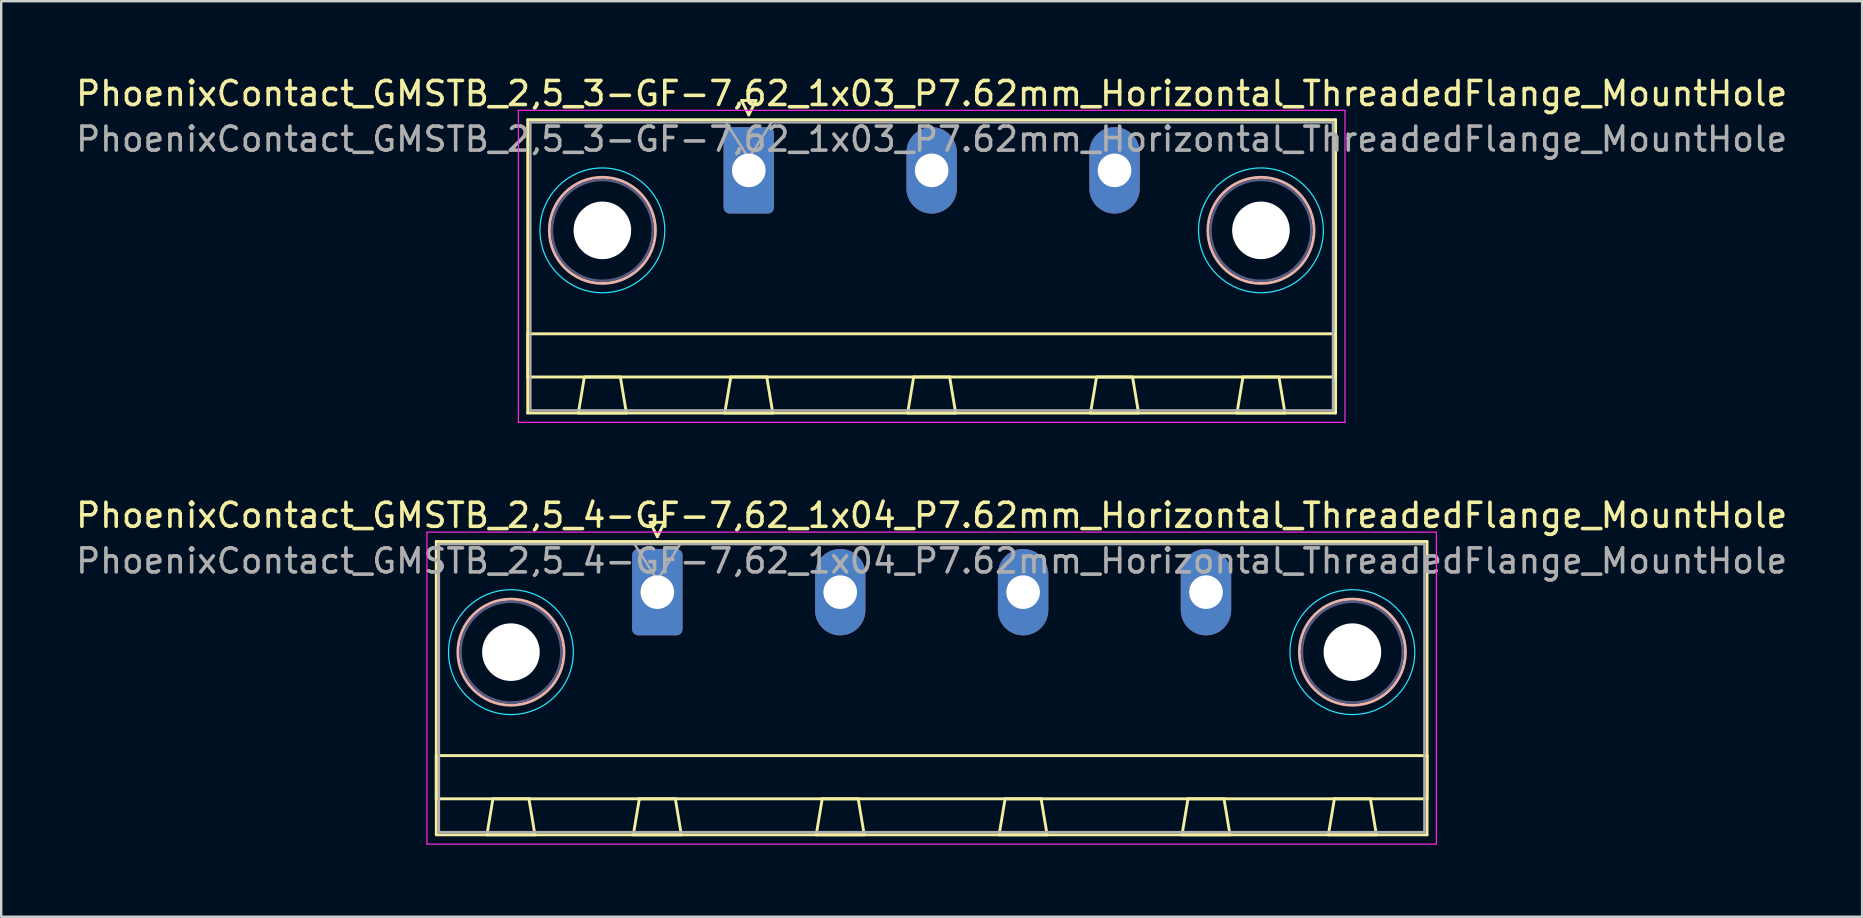
<source format=kicad_pcb>
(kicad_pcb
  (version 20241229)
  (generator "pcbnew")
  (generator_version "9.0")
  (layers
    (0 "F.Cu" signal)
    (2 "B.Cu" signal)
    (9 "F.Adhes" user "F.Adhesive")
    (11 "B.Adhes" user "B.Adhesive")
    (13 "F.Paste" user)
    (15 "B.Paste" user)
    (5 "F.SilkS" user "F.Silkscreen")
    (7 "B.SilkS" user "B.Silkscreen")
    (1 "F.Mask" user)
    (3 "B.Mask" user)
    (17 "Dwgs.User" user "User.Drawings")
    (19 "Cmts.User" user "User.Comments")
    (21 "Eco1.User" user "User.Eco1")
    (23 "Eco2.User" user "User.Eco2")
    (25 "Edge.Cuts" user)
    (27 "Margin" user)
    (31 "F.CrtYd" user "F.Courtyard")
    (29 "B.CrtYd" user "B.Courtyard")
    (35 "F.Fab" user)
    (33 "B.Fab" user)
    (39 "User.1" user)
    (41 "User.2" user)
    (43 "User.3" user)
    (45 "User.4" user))
  (footprint "PhoenixContact_GMSTB_2,5_4-GF-7,62_1x04_P7.62mm_Horizontal_ThreadedFlange_MountHole"
    (layer "F.Cu")
    (at 24.338 21.622)
    (property "Reference" "PhoenixContact_GMSTB_2,5_4-GF-7,62_1x04_P7.62mm_Horizontal_ThreadedFlange_MountHole" (at 11.43 -3.2 0) (layer "F.SilkS") (effects (font (size 1 1) (thickness 0.15))))
    (attr through_hole)
    (fp_line (start -9.21 -2.11) (end -9.21 10.11) (stroke (width 0.12) (type solid)) (layer "F.SilkS"))
    (fp_line (start -9.21 6.81) (end 32.07 6.81) (stroke (width 0.12) (type solid)) (layer "F.SilkS"))
    (fp_line (start -9.21 8.61) (end -9.21 6.81) (stroke (width 0.12) (type solid)) (layer "F.SilkS"))
    (fp_line (start -9.21 10.11) (end 32.07 10.11) (stroke (width 0.12) (type solid)) (layer "F.SilkS"))
    (fp_line (start -7.1 10.11) (end -5.1 10.11) (stroke (width 0.12) (type solid)) (layer "F.SilkS"))
    (fp_line (start -6.85 8.61) (end -7.1 10.11) (stroke (width 0.12) (type solid)) (layer "F.SilkS"))
    (fp_line (start -5.35 8.61) (end -6.85 8.61) (stroke (width 0.12) (type solid)) (layer "F.SilkS"))
    (fp_line (start -5.1 10.11) (end -5.35 8.61) (stroke (width 0.12) (type solid)) (layer "F.SilkS"))
    (fp_line (start -1 10.11) (end 1 10.11) (stroke (width 0.12) (type solid)) (layer "F.SilkS"))
    (fp_line (start -0.75 8.61) (end -1 10.11) (stroke (width 0.12) (type solid)) (layer "F.SilkS"))
    (fp_line (start -0.3 -2.91) (end 0.3 -2.91) (stroke (width 0.12) (type solid)) (layer "F.SilkS"))
    (fp_line (start 0 -2.31) (end -0.3 -2.91) (stroke (width 0.12) (type solid)) (layer "F.SilkS"))
    (fp_line (start 0.3 -2.91) (end 0 -2.31) (stroke (width 0.12) (type solid)) (layer "F.SilkS"))
    (fp_line (start 0.75 8.61) (end -0.75 8.61) (stroke (width 0.12) (type solid)) (layer "F.SilkS"))
    (fp_line (start 1 10.11) (end 0.75 8.61) (stroke (width 0.12) (type solid)) (layer "F.SilkS"))
    (fp_line (start 6.62 10.11) (end 8.62 10.11) (stroke (width 0.12) (type solid)) (layer "F.SilkS"))
    (fp_line (start 6.87 8.61) (end 6.62 10.11) (stroke (width 0.12) (type solid)) (layer "F.SilkS"))
    (fp_line (start 8.37 8.61) (end 6.87 8.61) (stroke (width 0.12) (type solid)) (layer "F.SilkS"))
    (fp_line (start 8.62 10.11) (end 8.37 8.61) (stroke (width 0.12) (type solid)) (layer "F.SilkS"))
    (fp_line (start 14.24 10.11) (end 16.24 10.11) (stroke (width 0.12) (type solid)) (layer "F.SilkS"))
    (fp_line (start 14.49 8.61) (end 14.24 10.11) (stroke (width 0.12) (type solid)) (layer "F.SilkS"))
    (fp_line (start 15.99 8.61) (end 14.49 8.61) (stroke (width 0.12) (type solid)) (layer "F.SilkS"))
    (fp_line (start 16.24 10.11) (end 15.99 8.61) (stroke (width 0.12) (type solid)) (layer "F.SilkS"))
    (fp_line (start 21.86 10.11) (end 23.86 10.11) (stroke (width 0.12) (type solid)) (layer "F.SilkS"))
    (fp_line (start 22.11 8.61) (end 21.86 10.11) (stroke (width 0.12) (type solid)) (layer "F.SilkS"))
    (fp_line (start 23.61 8.61) (end 22.11 8.61) (stroke (width 0.12) (type solid)) (layer "F.SilkS"))
    (fp_line (start 23.86 10.11) (end 23.61 8.61) (stroke (width 0.12) (type solid)) (layer "F.SilkS"))
    (fp_line (start 27.96 10.11) (end 29.96 10.11) (stroke (width 0.12) (type solid)) (layer "F.SilkS"))
    (fp_line (start 28.21 8.61) (end 27.96 10.11) (stroke (width 0.12) (type solid)) (layer "F.SilkS"))
    (fp_line (start 29.71 8.61) (end 28.21 8.61) (stroke (width 0.12) (type solid)) (layer "F.SilkS"))
    (fp_line (start 29.96 10.11) (end 29.71 8.61) (stroke (width 0.12) (type solid)) (layer "F.SilkS"))
    (fp_line (start 32.07 -2.11) (end -9.21 -2.11) (stroke (width 0.12) (type solid)) (layer "F.SilkS"))
    (fp_line (start 32.07 6.81) (end 32.07 8.61) (stroke (width 0.12) (type solid)) (layer "F.SilkS"))
    (fp_line (start 32.07 8.61) (end -9.21 8.61) (stroke (width 0.12) (type solid)) (layer "F.SilkS"))
    (fp_line (start 32.07 10.11) (end 32.07 -2.11) (stroke (width 0.12) (type solid)) (layer "F.SilkS"))
    (fp_circle (center -6.1 2.5) (end -3.89 2.5) (stroke (width 0.12) (type solid)) (fill no) (layer "B.SilkS"))
    (fp_circle (center 28.96 2.5) (end 31.17 2.5) (stroke (width 0.12) (type solid)) (fill no) (layer "B.SilkS"))
    (fp_circle (center -6.1 2.5) (end -3.5 2.5) (stroke (width 0.05) (type solid)) (fill no) (layer "B.CrtYd"))
    (fp_circle (center 28.96 2.5) (end 31.56 2.5) (stroke (width 0.05) (type solid)) (fill no) (layer "B.CrtYd"))
    (fp_line (start -9.6 -2.5) (end -9.6 10.5) (stroke (width 0.05) (type solid)) (layer "F.CrtYd"))
    (fp_line (start -9.6 10.5) (end 32.46 10.5) (stroke (width 0.05) (type solid)) (layer "F.CrtYd"))
    (fp_line (start 32.46 -2.5) (end -9.6 -2.5) (stroke (width 0.05) (type solid)) (layer "F.CrtYd"))
    (fp_line (start 32.46 10.5) (end 32.46 -2.5) (stroke (width 0.05) (type solid)) (layer "F.CrtYd"))
    (fp_circle (center -6.1 2.5) (end -4 2.5) (stroke (width 0.1) (type solid)) (fill no) (layer "B.Fab"))
    (fp_circle (center 28.96 2.5) (end 31.06 2.5) (stroke (width 0.1) (type solid)) (fill no) (layer "B.Fab"))
    (fp_line (start -9.1 -2) (end -9.1 10) (stroke (width 0.1) (type solid)) (layer "F.Fab"))
    (fp_line (start -9.1 10) (end 31.96 10) (stroke (width 0.1) (type solid)) (layer "F.Fab"))
    (fp_line (start 0 -0.5) (end -0.95 -2) (stroke (width 0.1) (type solid)) (layer "F.Fab"))
    (fp_line (start 0.95 -2) (end 0 -0.5) (stroke (width 0.1) (type solid)) (layer "F.Fab"))
    (fp_line (start 31.96 -2) (end -9.1 -2) (stroke (width 0.1) (type solid)) (layer "F.Fab"))
    (fp_line (start 31.96 10) (end 31.96 -2) (stroke (width 0.1) (type solid)) (layer "F.Fab"))
    (fp_text user "${REFERENCE}" (at 11.43 -1.3 0) (layer "F.Fab") (effects (font (size 1 1) (thickness 0.15))))
    (pad "" np_thru_hole circle (at -6.1 2.5) (size 2.4 2.4) (drill 2.4) (layers "*.Cu" "*.Mask"))
    (pad "" np_thru_hole circle (at 28.96 2.5) (size 2.4 2.4) (drill 2.4) (layers "*.Cu" "*.Mask"))
    (pad "1" thru_hole roundrect (at 0 0) (size 2.1 3.6) (drill 1.4) (layers "*.Cu" "*.Mask") (roundrect_rratio 0.119))
    (pad "2" thru_hole oval (at 7.62 0) (size 2.1 3.6) (drill 1.4) (layers "*.Cu" "*.Mask"))
    (pad "3" thru_hole oval (at 15.24 0) (size 2.1 3.6) (drill 1.4) (layers "*.Cu" "*.Mask"))
    (pad "4" thru_hole oval (at 22.86 0) (size 2.1 3.6) (drill 1.4) (layers "*.Cu" "*.Mask")))
  (footprint "PhoenixContact_GMSTB_2,5_3-GF-7,62_1x03_P7.62mm_Horizontal_ThreadedFlange_MountHole"
    (layer "F.Cu")
    (at 28.148 4.048)
    (property "Reference" "PhoenixContact_GMSTB_2,5_3-GF-7,62_1x03_P7.62mm_Horizontal_ThreadedFlange_MountHole" (at 7.62 -3.2 0) (layer "F.SilkS") (effects (font (size 1 1) (thickness 0.15))))
    (attr through_hole)
    (fp_line (start -9.21 -2.11) (end -9.21 10.11) (stroke (width 0.12) (type solid)) (layer "F.SilkS"))
    (fp_line (start -9.21 6.81) (end 24.45 6.81) (stroke (width 0.12) (type solid)) (layer "F.SilkS"))
    (fp_line (start -9.21 8.61) (end -9.21 6.81) (stroke (width 0.12) (type solid)) (layer "F.SilkS"))
    (fp_line (start -9.21 10.11) (end 24.45 10.11) (stroke (width 0.12) (type solid)) (layer "F.SilkS"))
    (fp_line (start -7.1 10.11) (end -5.1 10.11) (stroke (width 0.12) (type solid)) (layer "F.SilkS"))
    (fp_line (start -6.85 8.61) (end -7.1 10.11) (stroke (width 0.12) (type solid)) (layer "F.SilkS"))
    (fp_line (start -5.35 8.61) (end -6.85 8.61) (stroke (width 0.12) (type solid)) (layer "F.SilkS"))
    (fp_line (start -5.1 10.11) (end -5.35 8.61) (stroke (width 0.12) (type solid)) (layer "F.SilkS"))
    (fp_line (start -1 10.11) (end 1 10.11) (stroke (width 0.12) (type solid)) (layer "F.SilkS"))
    (fp_line (start -0.75 8.61) (end -1 10.11) (stroke (width 0.12) (type solid)) (layer "F.SilkS"))
    (fp_line (start -0.3 -2.91) (end 0.3 -2.91) (stroke (width 0.12) (type solid)) (layer "F.SilkS"))
    (fp_line (start 0 -2.31) (end -0.3 -2.91) (stroke (width 0.12) (type solid)) (layer "F.SilkS"))
    (fp_line (start 0.3 -2.91) (end 0 -2.31) (stroke (width 0.12) (type solid)) (layer "F.SilkS"))
    (fp_line (start 0.75 8.61) (end -0.75 8.61) (stroke (width 0.12) (type solid)) (layer "F.SilkS"))
    (fp_line (start 1 10.11) (end 0.75 8.61) (stroke (width 0.12) (type solid)) (layer "F.SilkS"))
    (fp_line (start 6.62 10.11) (end 8.62 10.11) (stroke (width 0.12) (type solid)) (layer "F.SilkS"))
    (fp_line (start 6.87 8.61) (end 6.62 10.11) (stroke (width 0.12) (type solid)) (layer "F.SilkS"))
    (fp_line (start 8.37 8.61) (end 6.87 8.61) (stroke (width 0.12) (type solid)) (layer "F.SilkS"))
    (fp_line (start 8.62 10.11) (end 8.37 8.61) (stroke (width 0.12) (type solid)) (layer "F.SilkS"))
    (fp_line (start 14.24 10.11) (end 16.24 10.11) (stroke (width 0.12) (type solid)) (layer "F.SilkS"))
    (fp_line (start 14.49 8.61) (end 14.24 10.11) (stroke (width 0.12) (type solid)) (layer "F.SilkS"))
    (fp_line (start 15.99 8.61) (end 14.49 8.61) (stroke (width 0.12) (type solid)) (layer "F.SilkS"))
    (fp_line (start 16.24 10.11) (end 15.99 8.61) (stroke (width 0.12) (type solid)) (layer "F.SilkS"))
    (fp_line (start 20.34 10.11) (end 22.34 10.11) (stroke (width 0.12) (type solid)) (layer "F.SilkS"))
    (fp_line (start 20.59 8.61) (end 20.34 10.11) (stroke (width 0.12) (type solid)) (layer "F.SilkS"))
    (fp_line (start 22.09 8.61) (end 20.59 8.61) (stroke (width 0.12) (type solid)) (layer "F.SilkS"))
    (fp_line (start 22.34 10.11) (end 22.09 8.61) (stroke (width 0.12) (type solid)) (layer "F.SilkS"))
    (fp_line (start 24.45 -2.11) (end -9.21 -2.11) (stroke (width 0.12) (type solid)) (layer "F.SilkS"))
    (fp_line (start 24.45 6.81) (end 24.45 8.61) (stroke (width 0.12) (type solid)) (layer "F.SilkS"))
    (fp_line (start 24.45 8.61) (end -9.21 8.61) (stroke (width 0.12) (type solid)) (layer "F.SilkS"))
    (fp_line (start 24.45 10.11) (end 24.45 -2.11) (stroke (width 0.12) (type solid)) (layer "F.SilkS"))
    (fp_circle (center -6.1 2.5) (end -3.89 2.5) (stroke (width 0.12) (type solid)) (fill no) (layer "B.SilkS"))
    (fp_circle (center 21.34 2.5) (end 23.55 2.5) (stroke (width 0.12) (type solid)) (fill no) (layer "B.SilkS"))
    (fp_circle (center -6.1 2.5) (end -3.5 2.5) (stroke (width 0.05) (type solid)) (fill no) (layer "B.CrtYd"))
    (fp_circle (center 21.34 2.5) (end 23.94 2.5) (stroke (width 0.05) (type solid)) (fill no) (layer "B.CrtYd"))
    (fp_line (start -9.6 -2.5) (end -9.6 10.5) (stroke (width 0.05) (type solid)) (layer "F.CrtYd"))
    (fp_line (start -9.6 10.5) (end 24.84 10.5) (stroke (width 0.05) (type solid)) (layer "F.CrtYd"))
    (fp_line (start 24.84 -2.5) (end -9.6 -2.5) (stroke (width 0.05) (type solid)) (layer "F.CrtYd"))
    (fp_line (start 24.84 10.5) (end 24.84 -2.5) (stroke (width 0.05) (type solid)) (layer "F.CrtYd"))
    (fp_circle (center -6.1 2.5) (end -4 2.5) (stroke (width 0.1) (type solid)) (fill no) (layer "B.Fab"))
    (fp_circle (center 21.34 2.5) (end 23.44 2.5) (stroke (width 0.1) (type solid)) (fill no) (layer "B.Fab"))
    (fp_line (start -9.1 -2) (end -9.1 10) (stroke (width 0.1) (type solid)) (layer "F.Fab"))
    (fp_line (start -9.1 10) (end 24.34 10) (stroke (width 0.1) (type solid)) (layer "F.Fab"))
    (fp_line (start 0 -0.5) (end -0.95 -2) (stroke (width 0.1) (type solid)) (layer "F.Fab"))
    (fp_line (start 0.95 -2) (end 0 -0.5) (stroke (width 0.1) (type solid)) (layer "F.Fab"))
    (fp_line (start 24.34 -2) (end -9.1 -2) (stroke (width 0.1) (type solid)) (layer "F.Fab"))
    (fp_line (start 24.34 10) (end 24.34 -2) (stroke (width 0.1) (type solid)) (layer "F.Fab"))
    (fp_text user "${REFERENCE}" (at 7.62 -1.3 0) (layer "F.Fab") (effects (font (size 1 1) (thickness 0.15))))
    (pad "" np_thru_hole circle (at -6.1 2.5) (size 2.4 2.4) (drill 2.4) (layers "*.Cu" "*.Mask"))
    (pad "" np_thru_hole circle (at 21.34 2.5) (size 2.4 2.4) (drill 2.4) (layers "*.Cu" "*.Mask"))
    (pad "1" thru_hole roundrect (at 0 0) (size 2.1 3.6) (drill 1.4) (layers "*.Cu" "*.Mask") (roundrect_rratio 0.119))
    (pad "2" thru_hole oval (at 7.62 0) (size 2.1 3.6) (drill 1.4) (layers "*.Cu" "*.Mask"))
    (pad "3" thru_hole oval (at 15.24 0) (size 2.1 3.6) (drill 1.4) (layers "*.Cu" "*.Mask")))
  (gr_rect
    (start -3 -3)
    (end 74.536 35.147)
    (stroke (width 0.1) (type default))
    (fill no)
    (layer "Edge.Cuts")))
</source>
